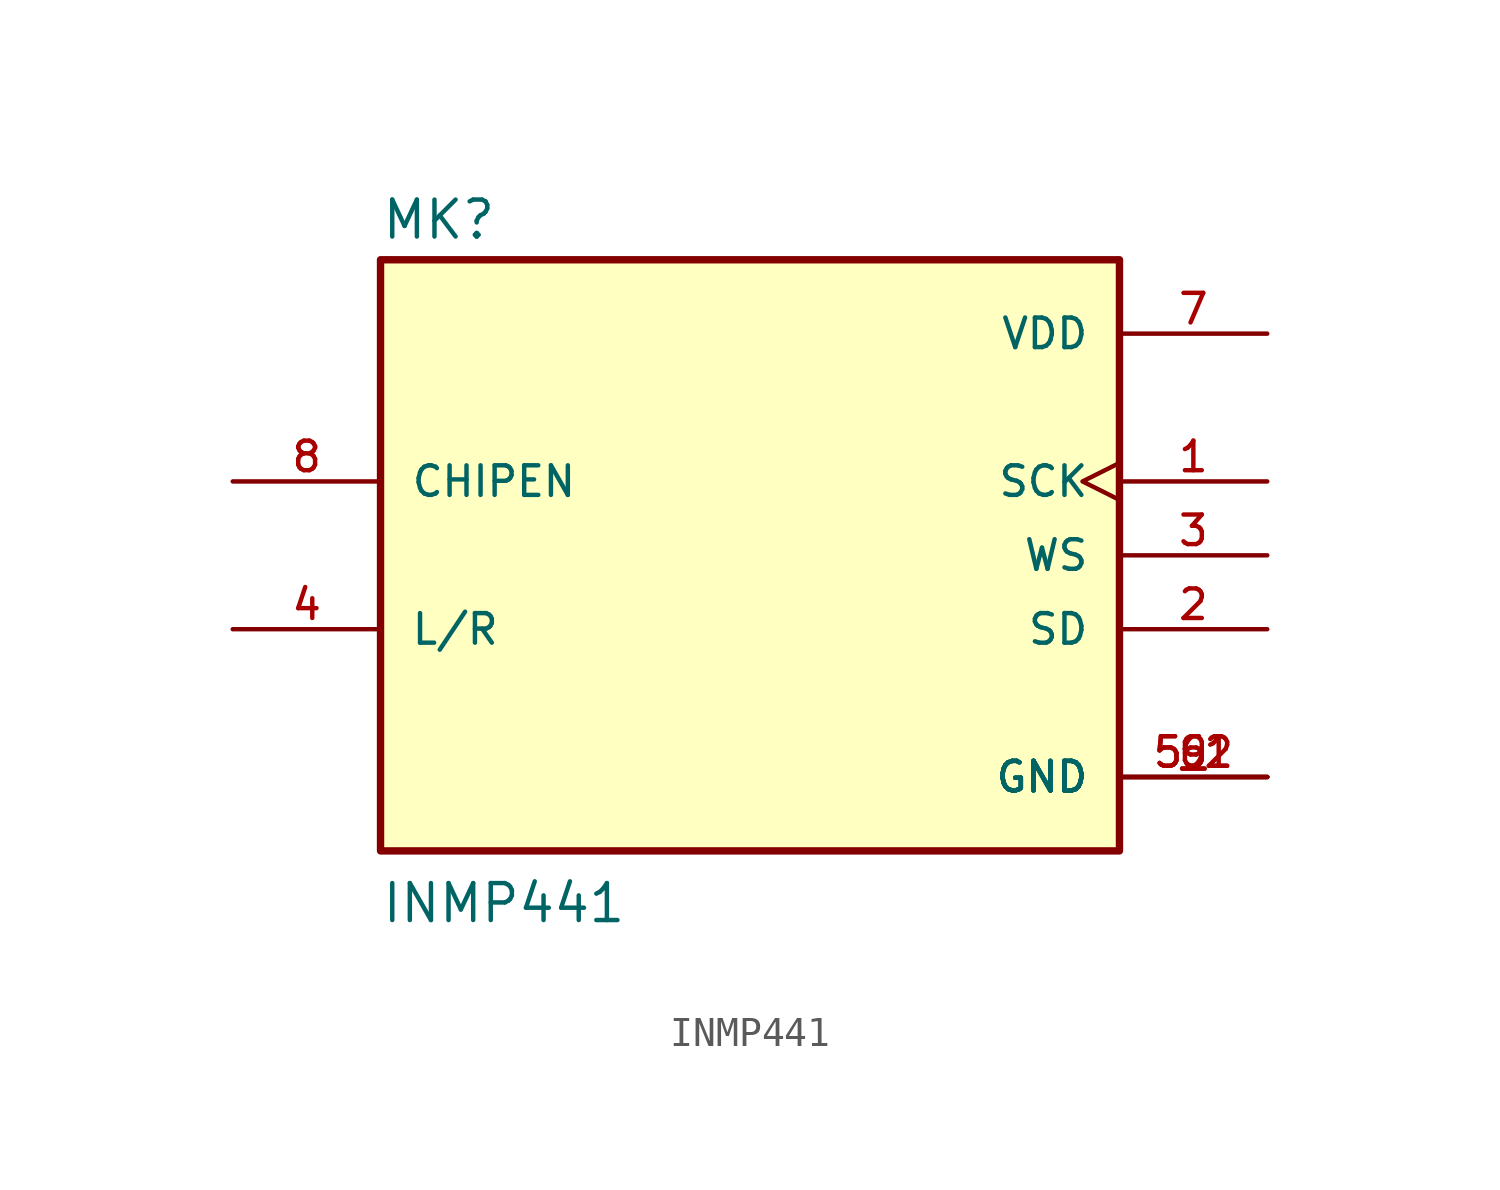
<source format=kicad_sym>
(kicad_symbol_lib
  (version 20211014)
  (generator kicad_symbol_editor)
  (symbol "INMP441"
    (pin_names
      (offset 1.016))
    (property "Reference" "MK"
      (at -12.7 10.795 0)
      (effects (font (size 1.27 1.27)) (justify bottom left)))
    (property "Value" "INMP441"
      (at -12.7 -12.7 0)
      (effects (font (size 1.27 1.27)) (justify bottom left)))
    (symbol "INMP441_0_0"
      (rectangle (start -12.7 -10.16) (end 12.7 10.16) (stroke (width 0.254)) (fill (type background)))
      (pin input clock (at 17.78 2.54 180.0) (length 5.08) (name "SCK" (effects (font (size 1.016 1.016)))) (number "1" (effects (font (size 1.016 1.016)))))
      (pin bidirectional line (at 17.78 -2.54 180.0) (length 5.08) (name "SD" (effects (font (size 1.016 1.016)))) (number "2" (effects (font (size 1.016 1.016)))))
      (pin power_in line (at 17.78 7.62 180.0) (length 5.08) (name "VDD" (effects (font (size 1.016 1.016)))) (number "7" (effects (font (size 1.016 1.016)))))
      (pin power_in line (at 17.78 -7.62 180.0) (length 5.08) (name "GND" (effects (font (size 1.016 1.016)))) (number "5_1" (effects (font (size 1.016 1.016)))))
      (pin power_in line (at 17.78 -7.62 180.0) (length 5.08) (name "GND" (effects (font (size 1.016 1.016)))) (number "5_2" (effects (font (size 1.016 1.016)))))
      (pin power_in line (at 17.78 -7.62 180.0) (length 5.08) (name "GND" (effects (font (size 1.016 1.016)))) (number "6" (effects (font (size 1.016 1.016)))))
      (pin power_in line (at 17.78 -7.62 180.0) (length 5.08) (name "GND" (effects (font (size 1.016 1.016)))) (number "9" (effects (font (size 1.016 1.016)))))
      (pin input line (at -17.78 -2.54 0) (length 5.08) (name "L/R" (effects (font (size 1.016 1.016)))) (number "4" (effects (font (size 1.016 1.016)))))
      (pin input line (at 17.78 0.0 180.0) (length 5.08) (name "WS" (effects (font (size 1.016 1.016)))) (number "3" (effects (font (size 1.016 1.016)))))
      (pin input line (at -17.78 2.54 0) (length 5.08) (name "CHIPEN" (effects (font (size 1.016 1.016)))) (number "8" (effects (font (size 1.016 1.016))))))))
</source>
